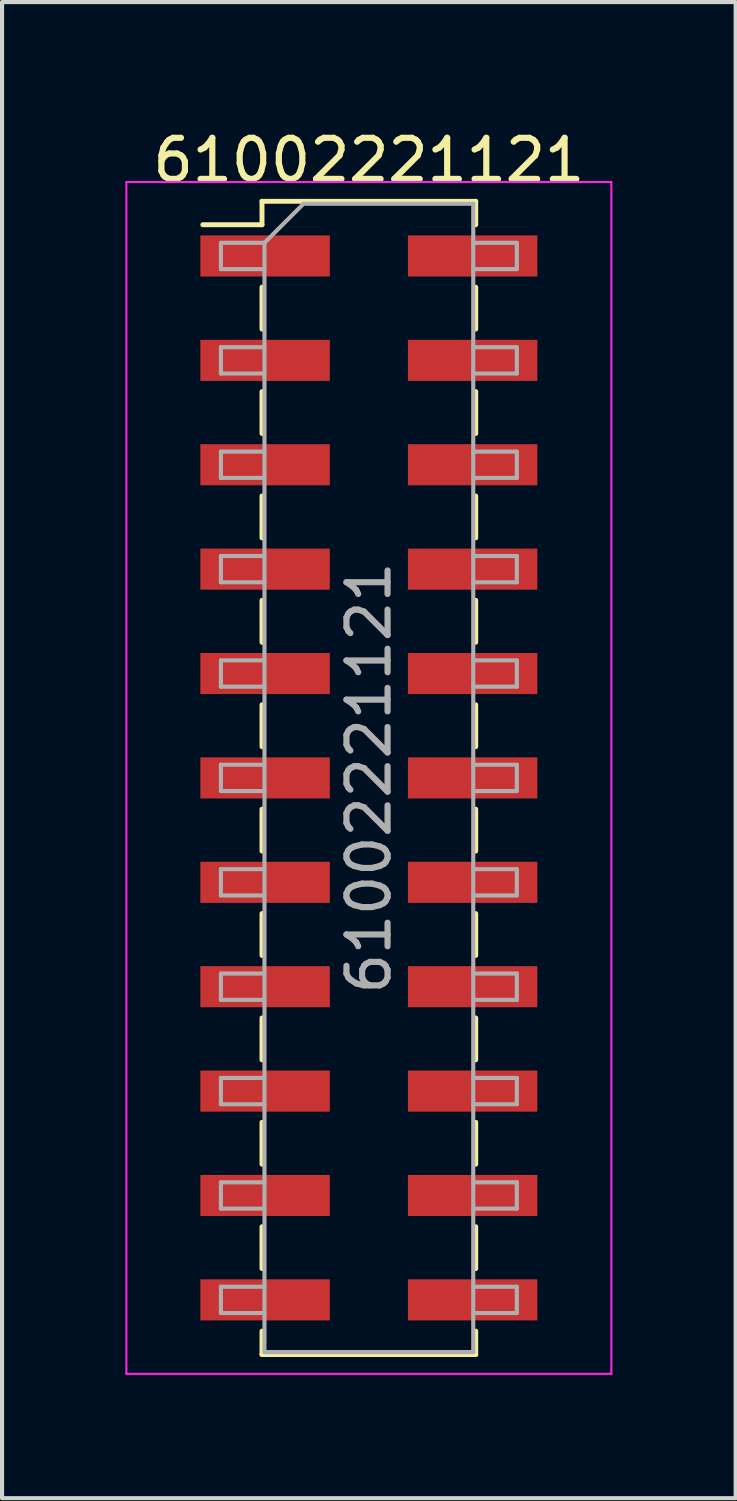
<source format=kicad_pcb>
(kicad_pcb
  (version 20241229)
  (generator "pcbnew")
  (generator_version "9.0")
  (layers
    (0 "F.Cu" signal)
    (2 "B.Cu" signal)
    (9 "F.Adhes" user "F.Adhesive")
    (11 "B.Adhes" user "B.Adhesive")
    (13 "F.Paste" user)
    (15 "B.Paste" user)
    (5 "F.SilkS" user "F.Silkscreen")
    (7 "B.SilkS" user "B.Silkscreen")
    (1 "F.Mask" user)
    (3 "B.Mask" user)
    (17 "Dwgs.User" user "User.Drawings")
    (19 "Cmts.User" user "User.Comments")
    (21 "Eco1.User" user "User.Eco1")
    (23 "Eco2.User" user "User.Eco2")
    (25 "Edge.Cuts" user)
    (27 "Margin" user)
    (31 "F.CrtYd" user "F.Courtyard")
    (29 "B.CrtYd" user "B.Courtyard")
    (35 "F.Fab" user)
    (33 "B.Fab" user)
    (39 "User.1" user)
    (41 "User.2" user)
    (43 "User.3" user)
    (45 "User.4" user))
  (footprint "61002221121"
    (layer "F.Cu")
    (at 5.925 15.878)
    (property "Reference" "61002221121" (at 0 -15.03 0) (layer "F.SilkS") (effects (font (size 1 1) (thickness 0.15))))
    (attr smd)
    (fp_line (start -4.04 -13.46) (end -2.6 -13.46) (stroke (width 0.12) (type solid)) (layer "F.SilkS"))
    (fp_line (start -2.6 -14.03) (end -2.6 -13.46) (stroke (width 0.12) (type solid)) (layer "F.SilkS"))
    (fp_line (start -2.6 -14.03) (end 2.6 -14.03) (stroke (width 0.12) (type solid)) (layer "F.SilkS"))
    (fp_line (start -2.6 -11.94) (end -2.6 -10.92) (stroke (width 0.12) (type solid)) (layer "F.SilkS"))
    (fp_line (start -2.6 -9.4) (end -2.6 -8.38) (stroke (width 0.12) (type solid)) (layer "F.SilkS"))
    (fp_line (start -2.6 -6.86) (end -2.6 -5.84) (stroke (width 0.12) (type solid)) (layer "F.SilkS"))
    (fp_line (start -2.6 -4.32) (end -2.6 -3.3) (stroke (width 0.12) (type solid)) (layer "F.SilkS"))
    (fp_line (start -2.6 -1.78) (end -2.6 -0.76) (stroke (width 0.12) (type solid)) (layer "F.SilkS"))
    (fp_line (start -2.6 0.76) (end -2.6 1.78) (stroke (width 0.12) (type solid)) (layer "F.SilkS"))
    (fp_line (start -2.6 3.3) (end -2.6 4.32) (stroke (width 0.12) (type solid)) (layer "F.SilkS"))
    (fp_line (start -2.6 5.84) (end -2.6 6.86) (stroke (width 0.12) (type solid)) (layer "F.SilkS"))
    (fp_line (start -2.6 8.38) (end -2.6 9.4) (stroke (width 0.12) (type solid)) (layer "F.SilkS"))
    (fp_line (start -2.6 10.92) (end -2.6 11.94) (stroke (width 0.12) (type solid)) (layer "F.SilkS"))
    (fp_line (start -2.6 13.46) (end -2.6 14.03) (stroke (width 0.12) (type solid)) (layer "F.SilkS"))
    (fp_line (start -2.6 14.03) (end 2.6 14.03) (stroke (width 0.12) (type solid)) (layer "F.SilkS"))
    (fp_line (start 2.6 -14.03) (end 2.6 -13.46) (stroke (width 0.12) (type solid)) (layer "F.SilkS"))
    (fp_line (start 2.6 -11.94) (end 2.6 -10.92) (stroke (width 0.12) (type solid)) (layer "F.SilkS"))
    (fp_line (start 2.6 -9.4) (end 2.6 -8.38) (stroke (width 0.12) (type solid)) (layer "F.SilkS"))
    (fp_line (start 2.6 -6.86) (end 2.6 -5.84) (stroke (width 0.12) (type solid)) (layer "F.SilkS"))
    (fp_line (start 2.6 -4.32) (end 2.6 -3.3) (stroke (width 0.12) (type solid)) (layer "F.SilkS"))
    (fp_line (start 2.6 -1.78) (end 2.6 -0.76) (stroke (width 0.12) (type solid)) (layer "F.SilkS"))
    (fp_line (start 2.6 0.76) (end 2.6 1.78) (stroke (width 0.12) (type solid)) (layer "F.SilkS"))
    (fp_line (start 2.6 3.3) (end 2.6 4.32) (stroke (width 0.12) (type solid)) (layer "F.SilkS"))
    (fp_line (start 2.6 5.84) (end 2.6 6.86) (stroke (width 0.12) (type solid)) (layer "F.SilkS"))
    (fp_line (start 2.6 8.38) (end 2.6 9.4) (stroke (width 0.12) (type solid)) (layer "F.SilkS"))
    (fp_line (start 2.6 10.92) (end 2.6 11.94) (stroke (width 0.12) (type solid)) (layer "F.SilkS"))
    (fp_line (start 2.6 13.46) (end 2.6 14.03) (stroke (width 0.12) (type solid)) (layer "F.SilkS"))
    (fp_line (start -5.9 -14.5) (end -5.9 14.5) (stroke (width 0.05) (type solid)) (layer "F.CrtYd"))
    (fp_line (start -5.9 14.5) (end 5.9 14.5) (stroke (width 0.05) (type solid)) (layer "F.CrtYd"))
    (fp_line (start 5.9 -14.5) (end -5.9 -14.5) (stroke (width 0.05) (type solid)) (layer "F.CrtYd"))
    (fp_line (start 5.9 14.5) (end 5.9 -14.5) (stroke (width 0.05) (type solid)) (layer "F.CrtYd"))
    (fp_line (start -3.6 -13.02) (end -3.6 -12.38) (stroke (width 0.1) (type solid)) (layer "F.Fab"))
    (fp_line (start -3.6 -12.38) (end -2.54 -12.38) (stroke (width 0.1) (type solid)) (layer "F.Fab"))
    (fp_line (start -3.6 -10.48) (end -3.6 -9.84) (stroke (width 0.1) (type solid)) (layer "F.Fab"))
    (fp_line (start -3.6 -9.84) (end -2.54 -9.84) (stroke (width 0.1) (type solid)) (layer "F.Fab"))
    (fp_line (start -3.6 -7.94) (end -3.6 -7.3) (stroke (width 0.1) (type solid)) (layer "F.Fab"))
    (fp_line (start -3.6 -7.3) (end -2.54 -7.3) (stroke (width 0.1) (type solid)) (layer "F.Fab"))
    (fp_line (start -3.6 -5.4) (end -3.6 -4.76) (stroke (width 0.1) (type solid)) (layer "F.Fab"))
    (fp_line (start -3.6 -4.76) (end -2.54 -4.76) (stroke (width 0.1) (type solid)) (layer "F.Fab"))
    (fp_line (start -3.6 -2.86) (end -3.6 -2.22) (stroke (width 0.1) (type solid)) (layer "F.Fab"))
    (fp_line (start -3.6 -2.22) (end -2.54 -2.22) (stroke (width 0.1) (type solid)) (layer "F.Fab"))
    (fp_line (start -3.6 -0.32) (end -3.6 0.32) (stroke (width 0.1) (type solid)) (layer "F.Fab"))
    (fp_line (start -3.6 0.32) (end -2.54 0.32) (stroke (width 0.1) (type solid)) (layer "F.Fab"))
    (fp_line (start -3.6 2.22) (end -3.6 2.86) (stroke (width 0.1) (type solid)) (layer "F.Fab"))
    (fp_line (start -3.6 2.86) (end -2.54 2.86) (stroke (width 0.1) (type solid)) (layer "F.Fab"))
    (fp_line (start -3.6 4.76) (end -3.6 5.4) (stroke (width 0.1) (type solid)) (layer "F.Fab"))
    (fp_line (start -3.6 5.4) (end -2.54 5.4) (stroke (width 0.1) (type solid)) (layer "F.Fab"))
    (fp_line (start -3.6 7.3) (end -3.6 7.94) (stroke (width 0.1) (type solid)) (layer "F.Fab"))
    (fp_line (start -3.6 7.94) (end -2.54 7.94) (stroke (width 0.1) (type solid)) (layer "F.Fab"))
    (fp_line (start -3.6 9.84) (end -3.6 10.48) (stroke (width 0.1) (type solid)) (layer "F.Fab"))
    (fp_line (start -3.6 10.48) (end -2.54 10.48) (stroke (width 0.1) (type solid)) (layer "F.Fab"))
    (fp_line (start -3.6 12.38) (end -3.6 13.02) (stroke (width 0.1) (type solid)) (layer "F.Fab"))
    (fp_line (start -3.6 13.02) (end -2.54 13.02) (stroke (width 0.1) (type solid)) (layer "F.Fab"))
    (fp_line (start -2.54 -13.02) (end -3.6 -13.02) (stroke (width 0.1) (type solid)) (layer "F.Fab"))
    (fp_line (start -2.54 -13.02) (end -1.59 -13.97) (stroke (width 0.1) (type solid)) (layer "F.Fab"))
    (fp_line (start -2.54 -10.48) (end -3.6 -10.48) (stroke (width 0.1) (type solid)) (layer "F.Fab"))
    (fp_line (start -2.54 -7.94) (end -3.6 -7.94) (stroke (width 0.1) (type solid)) (layer "F.Fab"))
    (fp_line (start -2.54 -5.4) (end -3.6 -5.4) (stroke (width 0.1) (type solid)) (layer "F.Fab"))
    (fp_line (start -2.54 -2.86) (end -3.6 -2.86) (stroke (width 0.1) (type solid)) (layer "F.Fab"))
    (fp_line (start -2.54 -0.32) (end -3.6 -0.32) (stroke (width 0.1) (type solid)) (layer "F.Fab"))
    (fp_line (start -2.54 2.22) (end -3.6 2.22) (stroke (width 0.1) (type solid)) (layer "F.Fab"))
    (fp_line (start -2.54 4.76) (end -3.6 4.76) (stroke (width 0.1) (type solid)) (layer "F.Fab"))
    (fp_line (start -2.54 7.3) (end -3.6 7.3) (stroke (width 0.1) (type solid)) (layer "F.Fab"))
    (fp_line (start -2.54 9.84) (end -3.6 9.84) (stroke (width 0.1) (type solid)) (layer "F.Fab"))
    (fp_line (start -2.54 12.38) (end -3.6 12.38) (stroke (width 0.1) (type solid)) (layer "F.Fab"))
    (fp_line (start -2.54 13.97) (end -2.54 -13.02) (stroke (width 0.1) (type solid)) (layer "F.Fab"))
    (fp_line (start -1.59 -13.97) (end 2.54 -13.97) (stroke (width 0.1) (type solid)) (layer "F.Fab"))
    (fp_line (start 2.54 -13.97) (end 2.54 13.97) (stroke (width 0.1) (type solid)) (layer "F.Fab"))
    (fp_line (start 2.54 -13.02) (end 3.6 -13.02) (stroke (width 0.1) (type solid)) (layer "F.Fab"))
    (fp_line (start 2.54 -10.48) (end 3.6 -10.48) (stroke (width 0.1) (type solid)) (layer "F.Fab"))
    (fp_line (start 2.54 -7.94) (end 3.6 -7.94) (stroke (width 0.1) (type solid)) (layer "F.Fab"))
    (fp_line (start 2.54 -5.4) (end 3.6 -5.4) (stroke (width 0.1) (type solid)) (layer "F.Fab"))
    (fp_line (start 2.54 -2.86) (end 3.6 -2.86) (stroke (width 0.1) (type solid)) (layer "F.Fab"))
    (fp_line (start 2.54 -0.32) (end 3.6 -0.32) (stroke (width 0.1) (type solid)) (layer "F.Fab"))
    (fp_line (start 2.54 2.22) (end 3.6 2.22) (stroke (width 0.1) (type solid)) (layer "F.Fab"))
    (fp_line (start 2.54 4.76) (end 3.6 4.76) (stroke (width 0.1) (type solid)) (layer "F.Fab"))
    (fp_line (start 2.54 7.3) (end 3.6 7.3) (stroke (width 0.1) (type solid)) (layer "F.Fab"))
    (fp_line (start 2.54 9.84) (end 3.6 9.84) (stroke (width 0.1) (type solid)) (layer "F.Fab"))
    (fp_line (start 2.54 12.38) (end 3.6 12.38) (stroke (width 0.1) (type solid)) (layer "F.Fab"))
    (fp_line (start 2.54 13.97) (end -2.54 13.97) (stroke (width 0.1) (type solid)) (layer "F.Fab"))
    (fp_line (start 3.6 -13.02) (end 3.6 -12.38) (stroke (width 0.1) (type solid)) (layer "F.Fab"))
    (fp_line (start 3.6 -12.38) (end 2.54 -12.38) (stroke (width 0.1) (type solid)) (layer "F.Fab"))
    (fp_line (start 3.6 -10.48) (end 3.6 -9.84) (stroke (width 0.1) (type solid)) (layer "F.Fab"))
    (fp_line (start 3.6 -9.84) (end 2.54 -9.84) (stroke (width 0.1) (type solid)) (layer "F.Fab"))
    (fp_line (start 3.6 -7.94) (end 3.6 -7.3) (stroke (width 0.1) (type solid)) (layer "F.Fab"))
    (fp_line (start 3.6 -7.3) (end 2.54 -7.3) (stroke (width 0.1) (type solid)) (layer "F.Fab"))
    (fp_line (start 3.6 -5.4) (end 3.6 -4.76) (stroke (width 0.1) (type solid)) (layer "F.Fab"))
    (fp_line (start 3.6 -4.76) (end 2.54 -4.76) (stroke (width 0.1) (type solid)) (layer "F.Fab"))
    (fp_line (start 3.6 -2.86) (end 3.6 -2.22) (stroke (width 0.1) (type solid)) (layer "F.Fab"))
    (fp_line (start 3.6 -2.22) (end 2.54 -2.22) (stroke (width 0.1) (type solid)) (layer "F.Fab"))
    (fp_line (start 3.6 -0.32) (end 3.6 0.32) (stroke (width 0.1) (type solid)) (layer "F.Fab"))
    (fp_line (start 3.6 0.32) (end 2.54 0.32) (stroke (width 0.1) (type solid)) (layer "F.Fab"))
    (fp_line (start 3.6 2.22) (end 3.6 2.86) (stroke (width 0.1) (type solid)) (layer "F.Fab"))
    (fp_line (start 3.6 2.86) (end 2.54 2.86) (stroke (width 0.1) (type solid)) (layer "F.Fab"))
    (fp_line (start 3.6 4.76) (end 3.6 5.4) (stroke (width 0.1) (type solid)) (layer "F.Fab"))
    (fp_line (start 3.6 5.4) (end 2.54 5.4) (stroke (width 0.1) (type solid)) (layer "F.Fab"))
    (fp_line (start 3.6 7.3) (end 3.6 7.94) (stroke (width 0.1) (type solid)) (layer "F.Fab"))
    (fp_line (start 3.6 7.94) (end 2.54 7.94) (stroke (width 0.1) (type solid)) (layer "F.Fab"))
    (fp_line (start 3.6 9.84) (end 3.6 10.48) (stroke (width 0.1) (type solid)) (layer "F.Fab"))
    (fp_line (start 3.6 10.48) (end 2.54 10.48) (stroke (width 0.1) (type solid)) (layer "F.Fab"))
    (fp_line (start 3.6 12.38) (end 3.6 13.02) (stroke (width 0.1) (type solid)) (layer "F.Fab"))
    (fp_line (start 3.6 13.02) (end 2.54 13.02) (stroke (width 0.1) (type solid)) (layer "F.Fab"))
    (fp_text user "${REFERENCE}" (at 0 0 90) (layer "F.Fab") (effects (font (size 1 1) (thickness 0.15))))
    (pad "1" smd rect (at -2.525 -12.7) (size 3.15 1) (layers "F.Cu" "F.Mask" "F.Paste"))
    (pad "2" smd rect (at 2.525 -12.7) (size 3.15 1) (layers "F.Cu" "F.Mask" "F.Paste"))
    (pad "3" smd rect (at -2.525 -10.16) (size 3.15 1) (layers "F.Cu" "F.Mask" "F.Paste"))
    (pad "4" smd rect (at 2.525 -10.16) (size 3.15 1) (layers "F.Cu" "F.Mask" "F.Paste"))
    (pad "5" smd rect (at -2.525 -7.62) (size 3.15 1) (layers "F.Cu" "F.Mask" "F.Paste"))
    (pad "6" smd rect (at 2.525 -7.62) (size 3.15 1) (layers "F.Cu" "F.Mask" "F.Paste"))
    (pad "7" smd rect (at -2.525 -5.08) (size 3.15 1) (layers "F.Cu" "F.Mask" "F.Paste"))
    (pad "8" smd rect (at 2.525 -5.08) (size 3.15 1) (layers "F.Cu" "F.Mask" "F.Paste"))
    (pad "9" smd rect (at -2.525 -2.54) (size 3.15 1) (layers "F.Cu" "F.Mask" "F.Paste"))
    (pad "10" smd rect (at 2.525 -2.54) (size 3.15 1) (layers "F.Cu" "F.Mask" "F.Paste"))
    (pad "11" smd rect (at -2.525 0) (size 3.15 1) (layers "F.Cu" "F.Mask" "F.Paste"))
    (pad "12" smd rect (at 2.525 0) (size 3.15 1) (layers "F.Cu" "F.Mask" "F.Paste"))
    (pad "13" smd rect (at -2.525 2.54) (size 3.15 1) (layers "F.Cu" "F.Mask" "F.Paste"))
    (pad "14" smd rect (at 2.525 2.54) (size 3.15 1) (layers "F.Cu" "F.Mask" "F.Paste"))
    (pad "15" smd rect (at -2.525 5.08) (size 3.15 1) (layers "F.Cu" "F.Mask" "F.Paste"))
    (pad "16" smd rect (at 2.525 5.08) (size 3.15 1) (layers "F.Cu" "F.Mask" "F.Paste"))
    (pad "17" smd rect (at -2.525 7.62) (size 3.15 1) (layers "F.Cu" "F.Mask" "F.Paste"))
    (pad "18" smd rect (at 2.525 7.62) (size 3.15 1) (layers "F.Cu" "F.Mask" "F.Paste"))
    (pad "19" smd rect (at -2.525 10.16) (size 3.15 1) (layers "F.Cu" "F.Mask" "F.Paste"))
    (pad "20" smd rect (at 2.525 10.16) (size 3.15 1) (layers "F.Cu" "F.Mask" "F.Paste"))
    (pad "21" smd rect (at -2.525 12.7) (size 3.15 1) (layers "F.Cu" "F.Mask" "F.Paste"))
    (pad "22" smd rect (at 2.525 12.7) (size 3.15 1) (layers "F.Cu" "F.Mask" "F.Paste")))
  (gr_rect
    (start -3 -3)
    (end 14.85 33.403)
    (stroke (width 0.1) (type default))
    (fill no)
    (layer "Edge.Cuts")))
</source>
